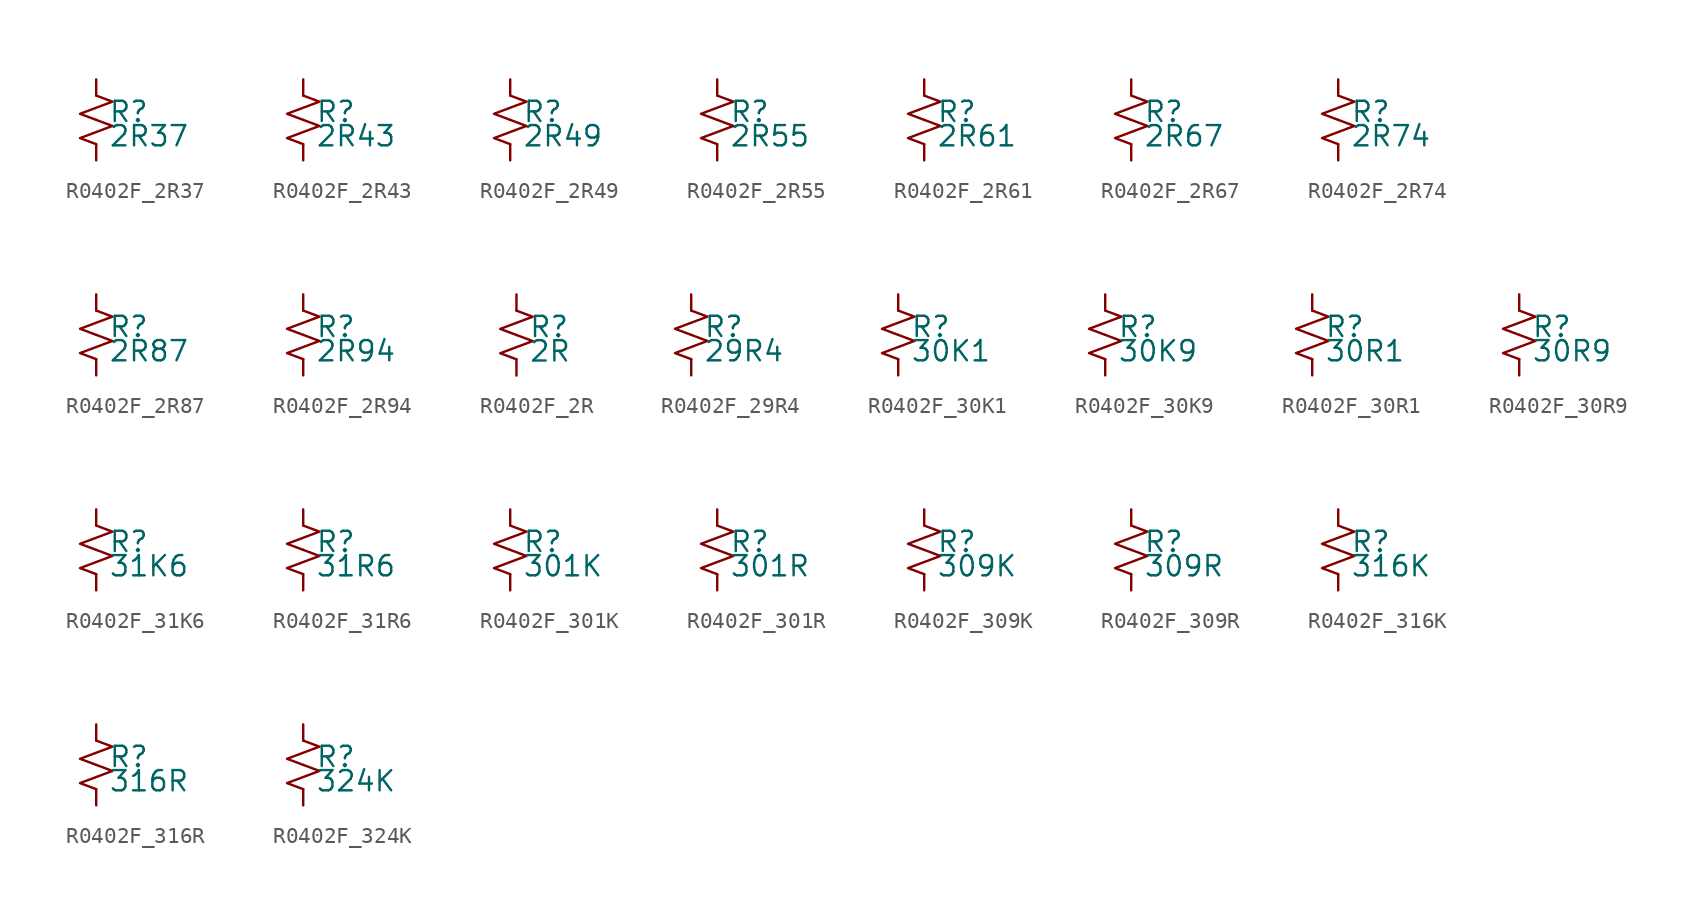
<source format=kicad_sym>
(kicad_symbol_lib
  (version 20220914)
  (generator kicad_symbol_editor)
  (symbol "R0402F_2R37"
    (pin_numbers hide)
    (pin_names
      (offset 0.254) hide)
    (property "Reference" "R"
      (at 0.762 0.508 0)
      (effects (font (size 1.27 1.27)) (justify left)))
    (property "Value" "2R37"
      (at 0.762 -1.016 0)
      (effects (font (size 1.27 1.27)) (justify left)))
    (symbol "R0402F_2R37_1_1"
      (polyline (pts (xy 0 0) (xy 1.016 -0.381) (xy 0 -0.762) (xy -1.016 -1.143) (xy 0 -1.524)) (stroke (width 0) (type default)) (fill (type none)))
      (polyline (pts (xy 0 1.524) (xy 1.016 1.143) (xy 0 0.762) (xy -1.016 0.381) (xy 0 0)) (stroke (width 0) (type default)) (fill (type none)))
      (pin passive line (at 0 2.54 270) (length 1.016) (name "~" (effects (font (size 1.27 1.27)))) (number "1" (effects (font (size 1.27 1.27)))))
      (pin passive line (at 0 -2.54 90) (length 1.016) (name "~" (effects (font (size 1.27 1.27)))) (number "2" (effects (font (size 1.27 1.27)))))))
  (symbol "R0402F_2R43"
    (pin_numbers hide)
    (pin_names
      (offset 0.254) hide)
    (property "Reference" "R"
      (at 0.762 0.508 0)
      (effects (font (size 1.27 1.27)) (justify left)))
    (property "Value" "2R43"
      (at 0.762 -1.016 0)
      (effects (font (size 1.27 1.27)) (justify left)))
    (symbol "R0402F_2R43_1_1"
      (polyline (pts (xy 0 0) (xy 1.016 -0.381) (xy 0 -0.762) (xy -1.016 -1.143) (xy 0 -1.524)) (stroke (width 0) (type default)) (fill (type none)))
      (polyline (pts (xy 0 1.524) (xy 1.016 1.143) (xy 0 0.762) (xy -1.016 0.381) (xy 0 0)) (stroke (width 0) (type default)) (fill (type none)))
      (pin passive line (at 0 2.54 270) (length 1.016) (name "~" (effects (font (size 1.27 1.27)))) (number "1" (effects (font (size 1.27 1.27)))))
      (pin passive line (at 0 -2.54 90) (length 1.016) (name "~" (effects (font (size 1.27 1.27)))) (number "2" (effects (font (size 1.27 1.27)))))))
  (symbol "R0402F_2R49"
    (pin_numbers hide)
    (pin_names
      (offset 0.254) hide)
    (property "Reference" "R"
      (at 0.762 0.508 0)
      (effects (font (size 1.27 1.27)) (justify left)))
    (property "Value" "2R49"
      (at 0.762 -1.016 0)
      (effects (font (size 1.27 1.27)) (justify left)))
    (symbol "R0402F_2R49_1_1"
      (polyline (pts (xy 0 0) (xy 1.016 -0.381) (xy 0 -0.762) (xy -1.016 -1.143) (xy 0 -1.524)) (stroke (width 0) (type default)) (fill (type none)))
      (polyline (pts (xy 0 1.524) (xy 1.016 1.143) (xy 0 0.762) (xy -1.016 0.381) (xy 0 0)) (stroke (width 0) (type default)) (fill (type none)))
      (pin passive line (at 0 2.54 270) (length 1.016) (name "~" (effects (font (size 1.27 1.27)))) (number "1" (effects (font (size 1.27 1.27)))))
      (pin passive line (at 0 -2.54 90) (length 1.016) (name "~" (effects (font (size 1.27 1.27)))) (number "2" (effects (font (size 1.27 1.27)))))))
  (symbol "R0402F_2R55"
    (pin_numbers hide)
    (pin_names
      (offset 0.254) hide)
    (property "Reference" "R"
      (at 0.762 0.508 0)
      (effects (font (size 1.27 1.27)) (justify left)))
    (property "Value" "2R55"
      (at 0.762 -1.016 0)
      (effects (font (size 1.27 1.27)) (justify left)))
    (symbol "R0402F_2R55_1_1"
      (polyline (pts (xy 0 0) (xy 1.016 -0.381) (xy 0 -0.762) (xy -1.016 -1.143) (xy 0 -1.524)) (stroke (width 0) (type default)) (fill (type none)))
      (polyline (pts (xy 0 1.524) (xy 1.016 1.143) (xy 0 0.762) (xy -1.016 0.381) (xy 0 0)) (stroke (width 0) (type default)) (fill (type none)))
      (pin passive line (at 0 2.54 270) (length 1.016) (name "~" (effects (font (size 1.27 1.27)))) (number "1" (effects (font (size 1.27 1.27)))))
      (pin passive line (at 0 -2.54 90) (length 1.016) (name "~" (effects (font (size 1.27 1.27)))) (number "2" (effects (font (size 1.27 1.27)))))))
  (symbol "R0402F_2R61"
    (pin_numbers hide)
    (pin_names
      (offset 0.254) hide)
    (property "Reference" "R"
      (at 0.762 0.508 0)
      (effects (font (size 1.27 1.27)) (justify left)))
    (property "Value" "2R61"
      (at 0.762 -1.016 0)
      (effects (font (size 1.27 1.27)) (justify left)))
    (symbol "R0402F_2R61_1_1"
      (polyline (pts (xy 0 0) (xy 1.016 -0.381) (xy 0 -0.762) (xy -1.016 -1.143) (xy 0 -1.524)) (stroke (width 0) (type default)) (fill (type none)))
      (polyline (pts (xy 0 1.524) (xy 1.016 1.143) (xy 0 0.762) (xy -1.016 0.381) (xy 0 0)) (stroke (width 0) (type default)) (fill (type none)))
      (pin passive line (at 0 2.54 270) (length 1.016) (name "~" (effects (font (size 1.27 1.27)))) (number "1" (effects (font (size 1.27 1.27)))))
      (pin passive line (at 0 -2.54 90) (length 1.016) (name "~" (effects (font (size 1.27 1.27)))) (number "2" (effects (font (size 1.27 1.27)))))))
  (symbol "R0402F_2R67"
    (pin_numbers hide)
    (pin_names
      (offset 0.254) hide)
    (property "Reference" "R"
      (at 0.762 0.508 0)
      (effects (font (size 1.27 1.27)) (justify left)))
    (property "Value" "2R67"
      (at 0.762 -1.016 0)
      (effects (font (size 1.27 1.27)) (justify left)))
    (symbol "R0402F_2R67_1_1"
      (polyline (pts (xy 0 0) (xy 1.016 -0.381) (xy 0 -0.762) (xy -1.016 -1.143) (xy 0 -1.524)) (stroke (width 0) (type default)) (fill (type none)))
      (polyline (pts (xy 0 1.524) (xy 1.016 1.143) (xy 0 0.762) (xy -1.016 0.381) (xy 0 0)) (stroke (width 0) (type default)) (fill (type none)))
      (pin passive line (at 0 2.54 270) (length 1.016) (name "~" (effects (font (size 1.27 1.27)))) (number "1" (effects (font (size 1.27 1.27)))))
      (pin passive line (at 0 -2.54 90) (length 1.016) (name "~" (effects (font (size 1.27 1.27)))) (number "2" (effects (font (size 1.27 1.27)))))))
  (symbol "R0402F_2R74"
    (pin_numbers hide)
    (pin_names
      (offset 0.254) hide)
    (property "Reference" "R"
      (at 0.762 0.508 0)
      (effects (font (size 1.27 1.27)) (justify left)))
    (property "Value" "2R74"
      (at 0.762 -1.016 0)
      (effects (font (size 1.27 1.27)) (justify left)))
    (symbol "R0402F_2R74_1_1"
      (polyline (pts (xy 0 0) (xy 1.016 -0.381) (xy 0 -0.762) (xy -1.016 -1.143) (xy 0 -1.524)) (stroke (width 0) (type default)) (fill (type none)))
      (polyline (pts (xy 0 1.524) (xy 1.016 1.143) (xy 0 0.762) (xy -1.016 0.381) (xy 0 0)) (stroke (width 0) (type default)) (fill (type none)))
      (pin passive line (at 0 2.54 270) (length 1.016) (name "~" (effects (font (size 1.27 1.27)))) (number "1" (effects (font (size 1.27 1.27)))))
      (pin passive line (at 0 -2.54 90) (length 1.016) (name "~" (effects (font (size 1.27 1.27)))) (number "2" (effects (font (size 1.27 1.27)))))))
  (symbol "R0402F_2R87"
    (pin_numbers hide)
    (pin_names
      (offset 0.254) hide)
    (property "Reference" "R"
      (at 0.762 0.508 0)
      (effects (font (size 1.27 1.27)) (justify left)))
    (property "Value" "2R87"
      (at 0.762 -1.016 0)
      (effects (font (size 1.27 1.27)) (justify left)))
    (symbol "R0402F_2R87_1_1"
      (polyline (pts (xy 0 0) (xy 1.016 -0.381) (xy 0 -0.762) (xy -1.016 -1.143) (xy 0 -1.524)) (stroke (width 0) (type default)) (fill (type none)))
      (polyline (pts (xy 0 1.524) (xy 1.016 1.143) (xy 0 0.762) (xy -1.016 0.381) (xy 0 0)) (stroke (width 0) (type default)) (fill (type none)))
      (pin passive line (at 0 2.54 270) (length 1.016) (name "~" (effects (font (size 1.27 1.27)))) (number "1" (effects (font (size 1.27 1.27)))))
      (pin passive line (at 0 -2.54 90) (length 1.016) (name "~" (effects (font (size 1.27 1.27)))) (number "2" (effects (font (size 1.27 1.27)))))))
  (symbol "R0402F_2R94"
    (pin_numbers hide)
    (pin_names
      (offset 0.254) hide)
    (property "Reference" "R"
      (at 0.762 0.508 0)
      (effects (font (size 1.27 1.27)) (justify left)))
    (property "Value" "2R94"
      (at 0.762 -1.016 0)
      (effects (font (size 1.27 1.27)) (justify left)))
    (symbol "R0402F_2R94_1_1"
      (polyline (pts (xy 0 0) (xy 1.016 -0.381) (xy 0 -0.762) (xy -1.016 -1.143) (xy 0 -1.524)) (stroke (width 0) (type default)) (fill (type none)))
      (polyline (pts (xy 0 1.524) (xy 1.016 1.143) (xy 0 0.762) (xy -1.016 0.381) (xy 0 0)) (stroke (width 0) (type default)) (fill (type none)))
      (pin passive line (at 0 2.54 270) (length 1.016) (name "~" (effects (font (size 1.27 1.27)))) (number "1" (effects (font (size 1.27 1.27)))))
      (pin passive line (at 0 -2.54 90) (length 1.016) (name "~" (effects (font (size 1.27 1.27)))) (number "2" (effects (font (size 1.27 1.27)))))))
  (symbol "R0402F_2R"
    (pin_numbers hide)
    (pin_names
      (offset 0.254) hide)
    (property "Reference" "R"
      (at 0.762 0.508 0)
      (effects (font (size 1.27 1.27)) (justify left)))
    (property "Value" "2R"
      (at 0.762 -1.016 0)
      (effects (font (size 1.27 1.27)) (justify left)))
    (symbol "R0402F_2R_1_1"
      (polyline (pts (xy 0 0) (xy 1.016 -0.381) (xy 0 -0.762) (xy -1.016 -1.143) (xy 0 -1.524)) (stroke (width 0) (type default)) (fill (type none)))
      (polyline (pts (xy 0 1.524) (xy 1.016 1.143) (xy 0 0.762) (xy -1.016 0.381) (xy 0 0)) (stroke (width 0) (type default)) (fill (type none)))
      (pin passive line (at 0 2.54 270) (length 1.016) (name "~" (effects (font (size 1.27 1.27)))) (number "1" (effects (font (size 1.27 1.27)))))
      (pin passive line (at 0 -2.54 90) (length 1.016) (name "~" (effects (font (size 1.27 1.27)))) (number "2" (effects (font (size 1.27 1.27)))))))
  (symbol "R0402F_29R4"
    (pin_numbers hide)
    (pin_names
      (offset 0.254) hide)
    (property "Reference" "R"
      (at 0.762 0.508 0)
      (effects (font (size 1.27 1.27)) (justify left)))
    (property "Value" "29R4"
      (at 0.762 -1.016 0)
      (effects (font (size 1.27 1.27)) (justify left)))
    (symbol "R0402F_29R4_1_1"
      (polyline (pts (xy 0 0) (xy 1.016 -0.381) (xy 0 -0.762) (xy -1.016 -1.143) (xy 0 -1.524)) (stroke (width 0) (type default)) (fill (type none)))
      (polyline (pts (xy 0 1.524) (xy 1.016 1.143) (xy 0 0.762) (xy -1.016 0.381) (xy 0 0)) (stroke (width 0) (type default)) (fill (type none)))
      (pin passive line (at 0 2.54 270) (length 1.016) (name "~" (effects (font (size 1.27 1.27)))) (number "1" (effects (font (size 1.27 1.27)))))
      (pin passive line (at 0 -2.54 90) (length 1.016) (name "~" (effects (font (size 1.27 1.27)))) (number "2" (effects (font (size 1.27 1.27)))))))
  (symbol "R0402F_30K1"
    (pin_numbers hide)
    (pin_names
      (offset 0.254) hide)
    (property "Reference" "R"
      (at 0.762 0.508 0)
      (effects (font (size 1.27 1.27)) (justify left)))
    (property "Value" "30K1"
      (at 0.762 -1.016 0)
      (effects (font (size 1.27 1.27)) (justify left)))
    (symbol "R0402F_30K1_1_1"
      (polyline (pts (xy 0 0) (xy 1.016 -0.381) (xy 0 -0.762) (xy -1.016 -1.143) (xy 0 -1.524)) (stroke (width 0) (type default)) (fill (type none)))
      (polyline (pts (xy 0 1.524) (xy 1.016 1.143) (xy 0 0.762) (xy -1.016 0.381) (xy 0 0)) (stroke (width 0) (type default)) (fill (type none)))
      (pin passive line (at 0 2.54 270) (length 1.016) (name "~" (effects (font (size 1.27 1.27)))) (number "1" (effects (font (size 1.27 1.27)))))
      (pin passive line (at 0 -2.54 90) (length 1.016) (name "~" (effects (font (size 1.27 1.27)))) (number "2" (effects (font (size 1.27 1.27)))))))
  (symbol "R0402F_30K9"
    (pin_numbers hide)
    (pin_names
      (offset 0.254) hide)
    (property "Reference" "R"
      (at 0.762 0.508 0)
      (effects (font (size 1.27 1.27)) (justify left)))
    (property "Value" "30K9"
      (at 0.762 -1.016 0)
      (effects (font (size 1.27 1.27)) (justify left)))
    (symbol "R0402F_30K9_1_1"
      (polyline (pts (xy 0 0) (xy 1.016 -0.381) (xy 0 -0.762) (xy -1.016 -1.143) (xy 0 -1.524)) (stroke (width 0) (type default)) (fill (type none)))
      (polyline (pts (xy 0 1.524) (xy 1.016 1.143) (xy 0 0.762) (xy -1.016 0.381) (xy 0 0)) (stroke (width 0) (type default)) (fill (type none)))
      (pin passive line (at 0 2.54 270) (length 1.016) (name "~" (effects (font (size 1.27 1.27)))) (number "1" (effects (font (size 1.27 1.27)))))
      (pin passive line (at 0 -2.54 90) (length 1.016) (name "~" (effects (font (size 1.27 1.27)))) (number "2" (effects (font (size 1.27 1.27)))))))
  (symbol "R0402F_30R1"
    (pin_numbers hide)
    (pin_names
      (offset 0.254) hide)
    (property "Reference" "R"
      (at 0.762 0.508 0)
      (effects (font (size 1.27 1.27)) (justify left)))
    (property "Value" "30R1"
      (at 0.762 -1.016 0)
      (effects (font (size 1.27 1.27)) (justify left)))
    (symbol "R0402F_30R1_1_1"
      (polyline (pts (xy 0 0) (xy 1.016 -0.381) (xy 0 -0.762) (xy -1.016 -1.143) (xy 0 -1.524)) (stroke (width 0) (type default)) (fill (type none)))
      (polyline (pts (xy 0 1.524) (xy 1.016 1.143) (xy 0 0.762) (xy -1.016 0.381) (xy 0 0)) (stroke (width 0) (type default)) (fill (type none)))
      (pin passive line (at 0 2.54 270) (length 1.016) (name "~" (effects (font (size 1.27 1.27)))) (number "1" (effects (font (size 1.27 1.27)))))
      (pin passive line (at 0 -2.54 90) (length 1.016) (name "~" (effects (font (size 1.27 1.27)))) (number "2" (effects (font (size 1.27 1.27)))))))
  (symbol "R0402F_30R9"
    (pin_numbers hide)
    (pin_names
      (offset 0.254) hide)
    (property "Reference" "R"
      (at 0.762 0.508 0)
      (effects (font (size 1.27 1.27)) (justify left)))
    (property "Value" "30R9"
      (at 0.762 -1.016 0)
      (effects (font (size 1.27 1.27)) (justify left)))
    (symbol "R0402F_30R9_1_1"
      (polyline (pts (xy 0 0) (xy 1.016 -0.381) (xy 0 -0.762) (xy -1.016 -1.143) (xy 0 -1.524)) (stroke (width 0) (type default)) (fill (type none)))
      (polyline (pts (xy 0 1.524) (xy 1.016 1.143) (xy 0 0.762) (xy -1.016 0.381) (xy 0 0)) (stroke (width 0) (type default)) (fill (type none)))
      (pin passive line (at 0 2.54 270) (length 1.016) (name "~" (effects (font (size 1.27 1.27)))) (number "1" (effects (font (size 1.27 1.27)))))
      (pin passive line (at 0 -2.54 90) (length 1.016) (name "~" (effects (font (size 1.27 1.27)))) (number "2" (effects (font (size 1.27 1.27)))))))
  (symbol "R0402F_31K6"
    (pin_numbers hide)
    (pin_names
      (offset 0.254) hide)
    (property "Reference" "R"
      (at 0.762 0.508 0)
      (effects (font (size 1.27 1.27)) (justify left)))
    (property "Value" "31K6"
      (at 0.762 -1.016 0)
      (effects (font (size 1.27 1.27)) (justify left)))
    (symbol "R0402F_31K6_1_1"
      (polyline (pts (xy 0 0) (xy 1.016 -0.381) (xy 0 -0.762) (xy -1.016 -1.143) (xy 0 -1.524)) (stroke (width 0) (type default)) (fill (type none)))
      (polyline (pts (xy 0 1.524) (xy 1.016 1.143) (xy 0 0.762) (xy -1.016 0.381) (xy 0 0)) (stroke (width 0) (type default)) (fill (type none)))
      (pin passive line (at 0 2.54 270) (length 1.016) (name "~" (effects (font (size 1.27 1.27)))) (number "1" (effects (font (size 1.27 1.27)))))
      (pin passive line (at 0 -2.54 90) (length 1.016) (name "~" (effects (font (size 1.27 1.27)))) (number "2" (effects (font (size 1.27 1.27)))))))
  (symbol "R0402F_31R6"
    (pin_numbers hide)
    (pin_names
      (offset 0.254) hide)
    (property "Reference" "R"
      (at 0.762 0.508 0)
      (effects (font (size 1.27 1.27)) (justify left)))
    (property "Value" "31R6"
      (at 0.762 -1.016 0)
      (effects (font (size 1.27 1.27)) (justify left)))
    (symbol "R0402F_31R6_1_1"
      (polyline (pts (xy 0 0) (xy 1.016 -0.381) (xy 0 -0.762) (xy -1.016 -1.143) (xy 0 -1.524)) (stroke (width 0) (type default)) (fill (type none)))
      (polyline (pts (xy 0 1.524) (xy 1.016 1.143) (xy 0 0.762) (xy -1.016 0.381) (xy 0 0)) (stroke (width 0) (type default)) (fill (type none)))
      (pin passive line (at 0 2.54 270) (length 1.016) (name "~" (effects (font (size 1.27 1.27)))) (number "1" (effects (font (size 1.27 1.27)))))
      (pin passive line (at 0 -2.54 90) (length 1.016) (name "~" (effects (font (size 1.27 1.27)))) (number "2" (effects (font (size 1.27 1.27)))))))
  (symbol "R0402F_301K"
    (pin_numbers hide)
    (pin_names
      (offset 0.254) hide)
    (property "Reference" "R"
      (at 0.762 0.508 0)
      (effects (font (size 1.27 1.27)) (justify left)))
    (property "Value" "301K"
      (at 0.762 -1.016 0)
      (effects (font (size 1.27 1.27)) (justify left)))
    (symbol "R0402F_301K_1_1"
      (polyline (pts (xy 0 0) (xy 1.016 -0.381) (xy 0 -0.762) (xy -1.016 -1.143) (xy 0 -1.524)) (stroke (width 0) (type default)) (fill (type none)))
      (polyline (pts (xy 0 1.524) (xy 1.016 1.143) (xy 0 0.762) (xy -1.016 0.381) (xy 0 0)) (stroke (width 0) (type default)) (fill (type none)))
      (pin passive line (at 0 2.54 270) (length 1.016) (name "~" (effects (font (size 1.27 1.27)))) (number "1" (effects (font (size 1.27 1.27)))))
      (pin passive line (at 0 -2.54 90) (length 1.016) (name "~" (effects (font (size 1.27 1.27)))) (number "2" (effects (font (size 1.27 1.27)))))))
  (symbol "R0402F_301R"
    (pin_numbers hide)
    (pin_names
      (offset 0.254) hide)
    (property "Reference" "R"
      (at 0.762 0.508 0)
      (effects (font (size 1.27 1.27)) (justify left)))
    (property "Value" "301R"
      (at 0.762 -1.016 0)
      (effects (font (size 1.27 1.27)) (justify left)))
    (symbol "R0402F_301R_1_1"
      (polyline (pts (xy 0 0) (xy 1.016 -0.381) (xy 0 -0.762) (xy -1.016 -1.143) (xy 0 -1.524)) (stroke (width 0) (type default)) (fill (type none)))
      (polyline (pts (xy 0 1.524) (xy 1.016 1.143) (xy 0 0.762) (xy -1.016 0.381) (xy 0 0)) (stroke (width 0) (type default)) (fill (type none)))
      (pin passive line (at 0 2.54 270) (length 1.016) (name "~" (effects (font (size 1.27 1.27)))) (number "1" (effects (font (size 1.27 1.27)))))
      (pin passive line (at 0 -2.54 90) (length 1.016) (name "~" (effects (font (size 1.27 1.27)))) (number "2" (effects (font (size 1.27 1.27)))))))
  (symbol "R0402F_309K"
    (pin_numbers hide)
    (pin_names
      (offset 0.254) hide)
    (property "Reference" "R"
      (at 0.762 0.508 0)
      (effects (font (size 1.27 1.27)) (justify left)))
    (property "Value" "309K"
      (at 0.762 -1.016 0)
      (effects (font (size 1.27 1.27)) (justify left)))
    (symbol "R0402F_309K_1_1"
      (polyline (pts (xy 0 0) (xy 1.016 -0.381) (xy 0 -0.762) (xy -1.016 -1.143) (xy 0 -1.524)) (stroke (width 0) (type default)) (fill (type none)))
      (polyline (pts (xy 0 1.524) (xy 1.016 1.143) (xy 0 0.762) (xy -1.016 0.381) (xy 0 0)) (stroke (width 0) (type default)) (fill (type none)))
      (pin passive line (at 0 2.54 270) (length 1.016) (name "~" (effects (font (size 1.27 1.27)))) (number "1" (effects (font (size 1.27 1.27)))))
      (pin passive line (at 0 -2.54 90) (length 1.016) (name "~" (effects (font (size 1.27 1.27)))) (number "2" (effects (font (size 1.27 1.27)))))))
  (symbol "R0402F_309R"
    (pin_numbers hide)
    (pin_names
      (offset 0.254) hide)
    (property "Reference" "R"
      (at 0.762 0.508 0)
      (effects (font (size 1.27 1.27)) (justify left)))
    (property "Value" "309R"
      (at 0.762 -1.016 0)
      (effects (font (size 1.27 1.27)) (justify left)))
    (symbol "R0402F_309R_1_1"
      (polyline (pts (xy 0 0) (xy 1.016 -0.381) (xy 0 -0.762) (xy -1.016 -1.143) (xy 0 -1.524)) (stroke (width 0) (type default)) (fill (type none)))
      (polyline (pts (xy 0 1.524) (xy 1.016 1.143) (xy 0 0.762) (xy -1.016 0.381) (xy 0 0)) (stroke (width 0) (type default)) (fill (type none)))
      (pin passive line (at 0 2.54 270) (length 1.016) (name "~" (effects (font (size 1.27 1.27)))) (number "1" (effects (font (size 1.27 1.27)))))
      (pin passive line (at 0 -2.54 90) (length 1.016) (name "~" (effects (font (size 1.27 1.27)))) (number "2" (effects (font (size 1.27 1.27)))))))
  (symbol "R0402F_316K"
    (pin_numbers hide)
    (pin_names
      (offset 0.254) hide)
    (property "Reference" "R"
      (at 0.762 0.508 0)
      (effects (font (size 1.27 1.27)) (justify left)))
    (property "Value" "316K"
      (at 0.762 -1.016 0)
      (effects (font (size 1.27 1.27)) (justify left)))
    (symbol "R0402F_316K_1_1"
      (polyline (pts (xy 0 0) (xy 1.016 -0.381) (xy 0 -0.762) (xy -1.016 -1.143) (xy 0 -1.524)) (stroke (width 0) (type default)) (fill (type none)))
      (polyline (pts (xy 0 1.524) (xy 1.016 1.143) (xy 0 0.762) (xy -1.016 0.381) (xy 0 0)) (stroke (width 0) (type default)) (fill (type none)))
      (pin passive line (at 0 2.54 270) (length 1.016) (name "~" (effects (font (size 1.27 1.27)))) (number "1" (effects (font (size 1.27 1.27)))))
      (pin passive line (at 0 -2.54 90) (length 1.016) (name "~" (effects (font (size 1.27 1.27)))) (number "2" (effects (font (size 1.27 1.27)))))))
  (symbol "R0402F_316R"
    (pin_numbers hide)
    (pin_names
      (offset 0.254) hide)
    (property "Reference" "R"
      (at 0.762 0.508 0)
      (effects (font (size 1.27 1.27)) (justify left)))
    (property "Value" "316R"
      (at 0.762 -1.016 0)
      (effects (font (size 1.27 1.27)) (justify left)))
    (symbol "R0402F_316R_1_1"
      (polyline (pts (xy 0 0) (xy 1.016 -0.381) (xy 0 -0.762) (xy -1.016 -1.143) (xy 0 -1.524)) (stroke (width 0) (type default)) (fill (type none)))
      (polyline (pts (xy 0 1.524) (xy 1.016 1.143) (xy 0 0.762) (xy -1.016 0.381) (xy 0 0)) (stroke (width 0) (type default)) (fill (type none)))
      (pin passive line (at 0 2.54 270) (length 1.016) (name "~" (effects (font (size 1.27 1.27)))) (number "1" (effects (font (size 1.27 1.27)))))
      (pin passive line (at 0 -2.54 90) (length 1.016) (name "~" (effects (font (size 1.27 1.27)))) (number "2" (effects (font (size 1.27 1.27)))))))
  (symbol "R0402F_324K"
    (pin_numbers hide)
    (pin_names
      (offset 0.254) hide)
    (property "Reference" "R"
      (at 0.762 0.508 0)
      (effects (font (size 1.27 1.27)) (justify left)))
    (property "Value" "324K"
      (at 0.762 -1.016 0)
      (effects (font (size 1.27 1.27)) (justify left)))
    (symbol "R0402F_324K_1_1"
      (polyline (pts (xy 0 0) (xy 1.016 -0.381) (xy 0 -0.762) (xy -1.016 -1.143) (xy 0 -1.524)) (stroke (width 0) (type default)) (fill (type none)))
      (polyline (pts (xy 0 1.524) (xy 1.016 1.143) (xy 0 0.762) (xy -1.016 0.381) (xy 0 0)) (stroke (width 0) (type default)) (fill (type none)))
      (pin passive line (at 0 2.54 270) (length 1.016) (name "~" (effects (font (size 1.27 1.27)))) (number "1" (effects (font (size 1.27 1.27)))))
      (pin passive line (at 0 -2.54 90) (length 1.016) (name "~" (effects (font (size 1.27 1.27)))) (number "2" (effects (font (size 1.27 1.27))))))))
</source>
